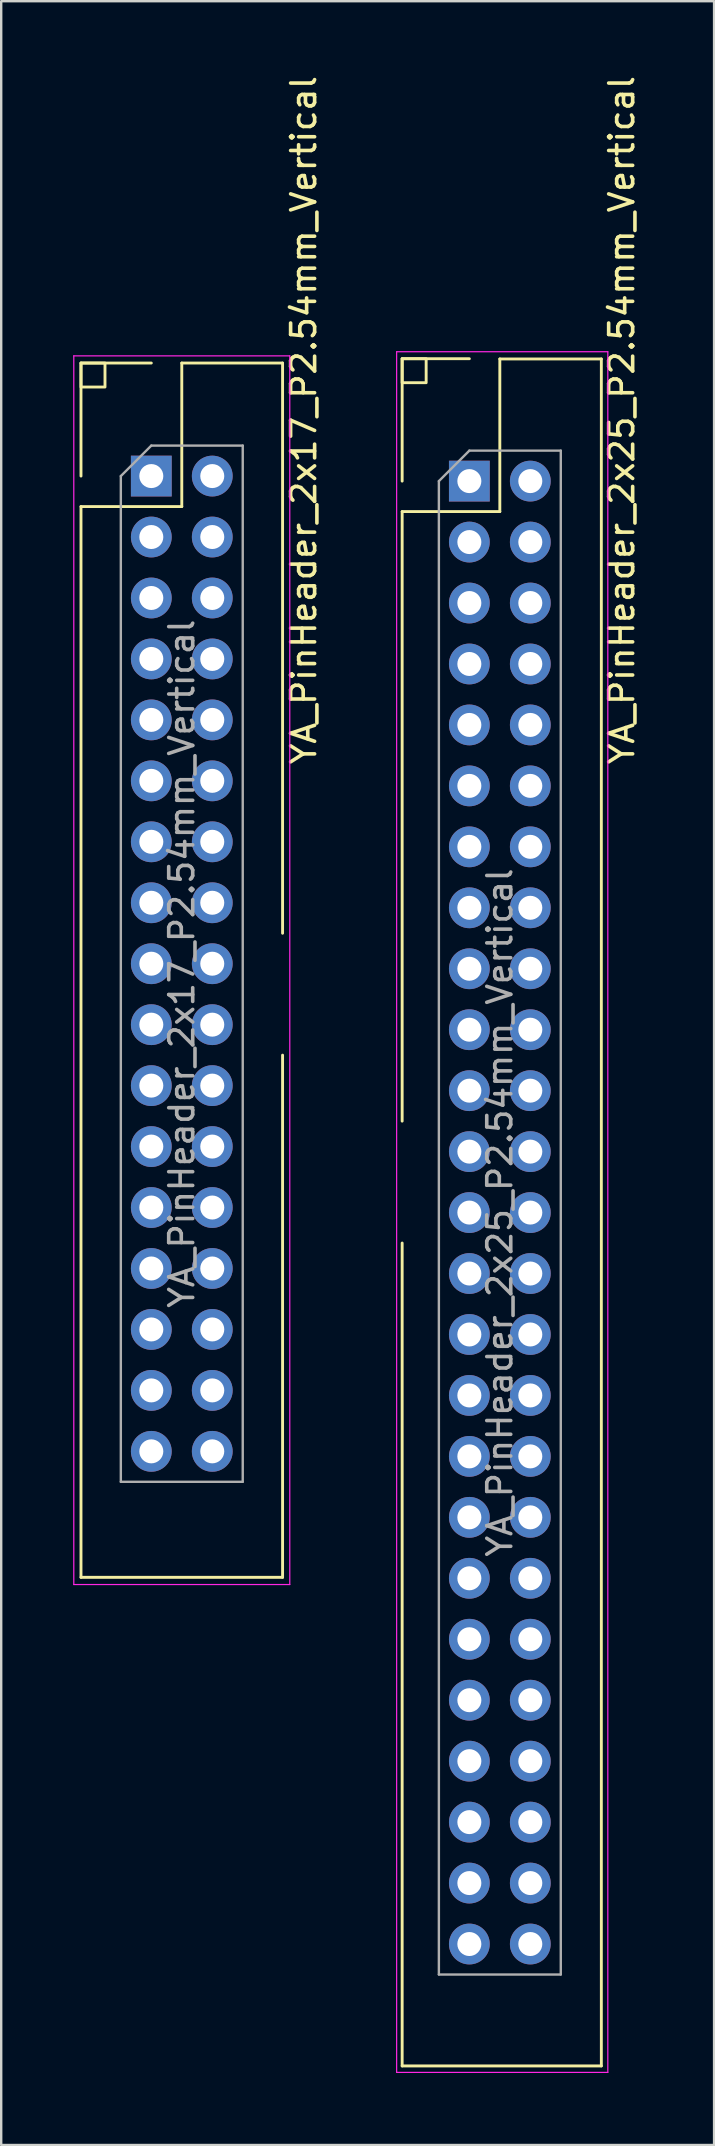
<source format=kicad_pcb>
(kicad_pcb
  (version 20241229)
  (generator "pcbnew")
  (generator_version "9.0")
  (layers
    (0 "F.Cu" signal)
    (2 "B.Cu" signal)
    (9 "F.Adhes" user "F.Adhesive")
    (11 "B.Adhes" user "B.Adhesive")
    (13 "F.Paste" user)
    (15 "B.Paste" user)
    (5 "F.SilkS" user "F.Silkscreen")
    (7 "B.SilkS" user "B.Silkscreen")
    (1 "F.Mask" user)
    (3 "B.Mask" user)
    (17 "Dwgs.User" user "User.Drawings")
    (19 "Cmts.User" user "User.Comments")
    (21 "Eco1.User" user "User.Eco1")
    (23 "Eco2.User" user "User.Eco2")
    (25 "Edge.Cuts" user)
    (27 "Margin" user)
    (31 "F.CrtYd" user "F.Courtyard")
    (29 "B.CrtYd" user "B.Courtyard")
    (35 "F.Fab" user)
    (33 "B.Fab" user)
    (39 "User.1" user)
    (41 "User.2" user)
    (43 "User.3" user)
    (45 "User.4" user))
  (footprint "YA_PinHeader_2x25_P2.54mm_Vertical"
    (layer "F.Cu")
    (at 16.508 16.998)
    (property "Reference" "YA_PinHeader_2x25_P2.54mm_Vertical" (at 6.35 -2.54 90) (layer "F.SilkS") (effects (font (size 1 1) (thickness 0.15))))
    (attr through_hole)
    (fp_line (start -2.8 -5.1) (end 0 -5.1) (stroke (width 0.12) (type solid)) (layer "F.SilkS"))
    (fp_line (start -2.8 0) (end -2.8 -5.1) (stroke (width 0.12) (type solid)) (layer "F.SilkS"))
    (fp_line (start -2.8 1.27) (end -2.8 26.67) (stroke (width 0.12) (type solid)) (layer "F.SilkS"))
    (fp_line (start -2.8 1.27) (end 1.27 1.27) (stroke (width 0.12) (type solid)) (layer "F.SilkS"))
    (fp_line (start -2.8 31.75) (end -2.8 66.04) (stroke (width 0.12) (type solid)) (layer "F.SilkS"))
    (fp_line (start -2.8 66.04) (end 5.5 66.04) (stroke (width 0.12) (type solid)) (layer "F.SilkS"))
    (fp_line (start 1.27 -5.09) (end 5.5 -5.09) (stroke (width 0.12) (type solid)) (layer "F.SilkS"))
    (fp_line (start 1.27 1.27) (end 1.27 -5.09) (stroke (width 0.12) (type solid)) (layer "F.SilkS"))
    (fp_line (start 5.5 -5.09) (end 5.5 66.04) (stroke (width 0.12) (type solid)) (layer "F.SilkS"))
    (fp_rect (start -2.8 -5.1) (end -1.8 -4.1) (stroke (width 0.12) (type solid)) (fill no) (layer "F.SilkS"))
    (fp_line (start -3.03 -5.39) (end -3.03 66.31) (stroke (width 0.05) (type solid)) (layer "F.CrtYd"))
    (fp_line (start -3.03 66.31) (end 5.77 66.31) (stroke (width 0.05) (type solid)) (layer "F.CrtYd"))
    (fp_line (start 5.77 -5.39) (end -3.03 -5.39) (stroke (width 0.05) (type solid)) (layer "F.CrtYd"))
    (fp_line (start 5.77 66.31) (end 5.77 -5.39) (stroke (width 0.05) (type solid)) (layer "F.CrtYd"))
    (fp_line (start -1.27 0) (end 0 -1.27) (stroke (width 0.1) (type solid)) (layer "F.Fab"))
    (fp_line (start -1.27 62.23) (end -1.27 0) (stroke (width 0.1) (type solid)) (layer "F.Fab"))
    (fp_line (start 0 -1.27) (end 3.81 -1.27) (stroke (width 0.1) (type solid)) (layer "F.Fab"))
    (fp_line (start 3.81 -1.27) (end 3.81 62.23) (stroke (width 0.1) (type solid)) (layer "F.Fab"))
    (fp_line (start 3.81 62.23) (end -1.27 62.23) (stroke (width 0.1) (type solid)) (layer "F.Fab"))
    (fp_text user "${REFERENCE}" (at 1.27 30.48 90) (layer "F.Fab") (effects (font (size 1 1) (thickness 0.15))))
    (pad "1" thru_hole rect (at 0 0) (size 1.7 1.7) (drill 1) (layers "*.Cu" "*.Mask"))
    (pad "2" thru_hole oval (at 0 2.54) (size 1.7 1.7) (drill 1) (layers "*.Cu" "*.Mask"))
    (pad "3" thru_hole oval (at 0 5.08) (size 1.7 1.7) (drill 1) (layers "*.Cu" "*.Mask"))
    (pad "4" thru_hole oval (at 0 7.62) (size 1.7 1.7) (drill 1) (layers "*.Cu" "*.Mask"))
    (pad "5" thru_hole oval (at 0 10.16) (size 1.7 1.7) (drill 1) (layers "*.Cu" "*.Mask"))
    (pad "6" thru_hole oval (at 0 12.7) (size 1.7 1.7) (drill 1) (layers "*.Cu" "*.Mask"))
    (pad "7" thru_hole oval (at 0 15.24) (size 1.7 1.7) (drill 1) (layers "*.Cu" "*.Mask"))
    (pad "8" thru_hole oval (at 0 17.78) (size 1.7 1.7) (drill 1) (layers "*.Cu" "*.Mask"))
    (pad "9" thru_hole oval (at 0 20.32) (size 1.7 1.7) (drill 1) (layers "*.Cu" "*.Mask"))
    (pad "10" thru_hole oval (at 0 22.86) (size 1.7 1.7) (drill 1) (layers "*.Cu" "*.Mask"))
    (pad "11" thru_hole oval (at 0 25.4) (size 1.7 1.7) (drill 1) (layers "*.Cu" "*.Mask"))
    (pad "12" thru_hole oval (at 0 27.94) (size 1.7 1.7) (drill 1) (layers "*.Cu" "*.Mask"))
    (pad "13" thru_hole oval (at 0 30.48) (size 1.7 1.7) (drill 1) (layers "*.Cu" "*.Mask"))
    (pad "14" thru_hole oval (at 0 33.02) (size 1.7 1.7) (drill 1) (layers "*.Cu" "*.Mask"))
    (pad "15" thru_hole oval (at 0 35.56) (size 1.7 1.7) (drill 1) (layers "*.Cu" "*.Mask"))
    (pad "16" thru_hole oval (at 0 38.1) (size 1.7 1.7) (drill 1) (layers "*.Cu" "*.Mask"))
    (pad "17" thru_hole oval (at 0 40.64) (size 1.7 1.7) (drill 1) (layers "*.Cu" "*.Mask"))
    (pad "18" thru_hole oval (at 0 43.18) (size 1.7 1.7) (drill 1) (layers "*.Cu" "*.Mask"))
    (pad "19" thru_hole oval (at 0 45.72) (size 1.7 1.7) (drill 1) (layers "*.Cu" "*.Mask"))
    (pad "20" thru_hole oval (at 0 48.26) (size 1.7 1.7) (drill 1) (layers "*.Cu" "*.Mask"))
    (pad "21" thru_hole oval (at 0 50.8) (size 1.7 1.7) (drill 1) (layers "*.Cu" "*.Mask"))
    (pad "22" thru_hole oval (at 0 53.34) (size 1.7 1.7) (drill 1) (layers "*.Cu" "*.Mask"))
    (pad "23" thru_hole oval (at 0 55.88) (size 1.7 1.7) (drill 1) (layers "*.Cu" "*.Mask"))
    (pad "24" thru_hole oval (at 0 58.42) (size 1.7 1.7) (drill 1) (layers "*.Cu" "*.Mask"))
    (pad "25" thru_hole oval (at 0 60.96) (size 1.7 1.7) (drill 1) (layers "*.Cu" "*.Mask"))
    (pad "26" thru_hole oval (at 2.54 0 180) (size 1.7 1.7) (drill 1) (layers "*.Cu" "*.Mask"))
    (pad "27" thru_hole oval (at 2.54 2.54 180) (size 1.7 1.7) (drill 1) (layers "*.Cu" "*.Mask"))
    (pad "28" thru_hole oval (at 2.54 5.08 180) (size 1.7 1.7) (drill 1) (layers "*.Cu" "*.Mask"))
    (pad "29" thru_hole oval (at 2.54 7.62 180) (size 1.7 1.7) (drill 1) (layers "*.Cu" "*.Mask"))
    (pad "30" thru_hole oval (at 2.54 10.16 180) (size 1.7 1.7) (drill 1) (layers "*.Cu" "*.Mask"))
    (pad "31" thru_hole oval (at 2.54 12.7 180) (size 1.7 1.7) (drill 1) (layers "*.Cu" "*.Mask"))
    (pad "32" thru_hole oval (at 2.54 15.24 180) (size 1.7 1.7) (drill 1) (layers "*.Cu" "*.Mask"))
    (pad "33" thru_hole oval (at 2.54 17.78 180) (size 1.7 1.7) (drill 1) (layers "*.Cu" "*.Mask"))
    (pad "34" thru_hole oval (at 2.54 20.32 180) (size 1.7 1.7) (drill 1) (layers "*.Cu" "*.Mask"))
    (pad "35" thru_hole oval (at 2.54 22.86 180) (size 1.7 1.7) (drill 1) (layers "*.Cu" "*.Mask"))
    (pad "36" thru_hole oval (at 2.54 25.4 180) (size 1.7 1.7) (drill 1) (layers "*.Cu" "*.Mask"))
    (pad "37" thru_hole oval (at 2.54 27.94 180) (size 1.7 1.7) (drill 1) (layers "*.Cu" "*.Mask"))
    (pad "38" thru_hole oval (at 2.54 30.48 180) (size 1.7 1.7) (drill 1) (layers "*.Cu" "*.Mask"))
    (pad "39" thru_hole oval (at 2.54 33.02 180) (size 1.7 1.7) (drill 1) (layers "*.Cu" "*.Mask"))
    (pad "40" thru_hole oval (at 2.54 35.56 180) (size 1.7 1.7) (drill 1) (layers "*.Cu" "*.Mask"))
    (pad "41" thru_hole oval (at 2.54 38.1 180) (size 1.7 1.7) (drill 1) (layers "*.Cu" "*.Mask"))
    (pad "42" thru_hole oval (at 2.54 40.64 180) (size 1.7 1.7) (drill 1) (layers "*.Cu" "*.Mask"))
    (pad "43" thru_hole oval (at 2.54 43.18 180) (size 1.7 1.7) (drill 1) (layers "*.Cu" "*.Mask"))
    (pad "44" thru_hole oval (at 2.54 45.72 180) (size 1.7 1.7) (drill 1) (layers "*.Cu" "*.Mask"))
    (pad "45" thru_hole oval (at 2.54 48.26 180) (size 1.7 1.7) (drill 1) (layers "*.Cu" "*.Mask"))
    (pad "46" thru_hole oval (at 2.54 50.8 180) (size 1.7 1.7) (drill 1) (layers "*.Cu" "*.Mask"))
    (pad "47" thru_hole oval (at 2.54 53.34 180) (size 1.7 1.7) (drill 1) (layers "*.Cu" "*.Mask"))
    (pad "48" thru_hole oval (at 2.54 55.88 180) (size 1.7 1.7) (drill 1) (layers "*.Cu" "*.Mask"))
    (pad "49" thru_hole oval (at 2.54 58.42 180) (size 1.7 1.7) (drill 1) (layers "*.Cu" "*.Mask"))
    (pad "50" thru_hole oval (at 2.54 60.96 180) (size 1.7 1.7) (drill 1) (layers "*.Cu" "*.Mask")))
  (footprint "YA_PinHeader_2x17_P2.54mm_Vertical"
    (layer "F.Cu")
    (at 3.255 16.788)
    (property "Reference" "YA_PinHeader_2x17_P2.54mm_Vertical" (at 6.35 -2.33 90) (layer "F.SilkS") (effects (font (size 1 1) (thickness 0.15))))
    (attr through_hole)
    (fp_line (start -2.93 -4.71) (end 0 -4.71) (stroke (width 0.12) (type solid)) (layer "F.SilkS"))
    (fp_line (start -2.93 0) (end -2.93 -4.71) (stroke (width 0.12) (type solid)) (layer "F.SilkS"))
    (fp_line (start -2.93 1.27) (end -2.93 45.89) (stroke (width 0.12) (type solid)) (layer "F.SilkS"))
    (fp_line (start -2.93 1.27) (end 1.27 1.27) (stroke (width 0.12) (type solid)) (layer "F.SilkS"))
    (fp_line (start -2.93 45.89) (end 5.47 45.89) (stroke (width 0.12) (type solid)) (layer "F.SilkS"))
    (fp_line (start 1.27 -4.71) (end 5.47 -4.71) (stroke (width 0.12) (type solid)) (layer "F.SilkS"))
    (fp_line (start 1.27 1.27) (end 1.27 -4.71) (stroke (width 0.12) (type solid)) (layer "F.SilkS"))
    (fp_line (start 5.47 -4.71) (end 5.47 19.05) (stroke (width 0.12) (type solid)) (layer "F.SilkS"))
    (fp_line (start 5.47 24.13) (end 5.47 45.89) (stroke (width 0.12) (type solid)) (layer "F.SilkS"))
    (fp_rect (start -2.93 -4.71) (end -1.93 -3.71) (stroke (width 0.12) (type solid)) (fill no) (layer "F.SilkS"))
    (fp_line (start -3.23 -5.01) (end -3.23 46.19) (stroke (width 0.05) (type solid)) (layer "F.CrtYd"))
    (fp_line (start -3.23 46.19) (end 5.77 46.19) (stroke (width 0.05) (type solid)) (layer "F.CrtYd"))
    (fp_line (start 5.77 -5.01) (end -3.23 -5.01) (stroke (width 0.05) (type solid)) (layer "F.CrtYd"))
    (fp_line (start 5.77 46.19) (end 5.77 -5.01) (stroke (width 0.05) (type solid)) (layer "F.CrtYd"))
    (fp_line (start -1.27 0) (end 0 -1.27) (stroke (width 0.1) (type solid)) (layer "F.Fab"))
    (fp_line (start -1.27 41.91) (end -1.27 0) (stroke (width 0.1) (type solid)) (layer "F.Fab"))
    (fp_line (start 0 -1.27) (end 3.81 -1.27) (stroke (width 0.1) (type solid)) (layer "F.Fab"))
    (fp_line (start 3.81 -1.27) (end 3.81 41.91) (stroke (width 0.1) (type solid)) (layer "F.Fab"))
    (fp_line (start 3.81 41.91) (end -1.27 41.91) (stroke (width 0.1) (type solid)) (layer "F.Fab"))
    (fp_text user "${REFERENCE}" (at 1.27 20.32 90) (layer "F.Fab") (effects (font (size 1 1) (thickness 0.15))))
    (pad "1" thru_hole rect (at 0 0) (size 1.7 1.7) (drill 1) (layers "*.Cu" "*.Mask"))
    (pad "2" thru_hole oval (at 2.54 0) (size 1.7 1.7) (drill 1) (layers "*.Cu" "*.Mask"))
    (pad "3" thru_hole oval (at 0 2.54) (size 1.7 1.7) (drill 1) (layers "*.Cu" "*.Mask"))
    (pad "4" thru_hole oval (at 2.54 2.54) (size 1.7 1.7) (drill 1) (layers "*.Cu" "*.Mask"))
    (pad "5" thru_hole oval (at 0 5.08) (size 1.7 1.7) (drill 1) (layers "*.Cu" "*.Mask"))
    (pad "6" thru_hole oval (at 2.54 5.08) (size 1.7 1.7) (drill 1) (layers "*.Cu" "*.Mask"))
    (pad "7" thru_hole oval (at 0 7.62) (size 1.7 1.7) (drill 1) (layers "*.Cu" "*.Mask"))
    (pad "8" thru_hole oval (at 2.54 7.62) (size 1.7 1.7) (drill 1) (layers "*.Cu" "*.Mask"))
    (pad "9" thru_hole oval (at 0 10.16) (size 1.7 1.7) (drill 1) (layers "*.Cu" "*.Mask"))
    (pad "10" thru_hole oval (at 2.54 10.16) (size 1.7 1.7) (drill 1) (layers "*.Cu" "*.Mask"))
    (pad "11" thru_hole oval (at 0 12.7) (size 1.7 1.7) (drill 1) (layers "*.Cu" "*.Mask"))
    (pad "12" thru_hole oval (at 2.54 12.7) (size 1.7 1.7) (drill 1) (layers "*.Cu" "*.Mask"))
    (pad "13" thru_hole oval (at 0 15.24) (size 1.7 1.7) (drill 1) (layers "*.Cu" "*.Mask"))
    (pad "14" thru_hole oval (at 2.54 15.24) (size 1.7 1.7) (drill 1) (layers "*.Cu" "*.Mask"))
    (pad "15" thru_hole oval (at 0 17.78) (size 1.7 1.7) (drill 1) (layers "*.Cu" "*.Mask"))
    (pad "16" thru_hole oval (at 2.54 17.78) (size 1.7 1.7) (drill 1) (layers "*.Cu" "*.Mask"))
    (pad "17" thru_hole oval (at 0 20.32) (size 1.7 1.7) (drill 1) (layers "*.Cu" "*.Mask"))
    (pad "18" thru_hole oval (at 2.54 20.32) (size 1.7 1.7) (drill 1) (layers "*.Cu" "*.Mask"))
    (pad "19" thru_hole oval (at 0 22.86) (size 1.7 1.7) (drill 1) (layers "*.Cu" "*.Mask"))
    (pad "20" thru_hole oval (at 2.54 22.86) (size 1.7 1.7) (drill 1) (layers "*.Cu" "*.Mask"))
    (pad "21" thru_hole oval (at 0 25.4) (size 1.7 1.7) (drill 1) (layers "*.Cu" "*.Mask"))
    (pad "22" thru_hole oval (at 2.54 25.4) (size 1.7 1.7) (drill 1) (layers "*.Cu" "*.Mask"))
    (pad "23" thru_hole oval (at 0 27.94) (size 1.7 1.7) (drill 1) (layers "*.Cu" "*.Mask"))
    (pad "24" thru_hole oval (at 2.54 27.94) (size 1.7 1.7) (drill 1) (layers "*.Cu" "*.Mask"))
    (pad "25" thru_hole oval (at 0 30.48) (size 1.7 1.7) (drill 1) (layers "*.Cu" "*.Mask"))
    (pad "26" thru_hole oval (at 2.54 30.48) (size 1.7 1.7) (drill 1) (layers "*.Cu" "*.Mask"))
    (pad "27" thru_hole oval (at 0 33.02) (size 1.7 1.7) (drill 1) (layers "*.Cu" "*.Mask"))
    (pad "28" thru_hole oval (at 2.54 33.02) (size 1.7 1.7) (drill 1) (layers "*.Cu" "*.Mask"))
    (pad "29" thru_hole oval (at 0 35.56) (size 1.7 1.7) (drill 1) (layers "*.Cu" "*.Mask"))
    (pad "30" thru_hole oval (at 2.54 35.56) (size 1.7 1.7) (drill 1) (layers "*.Cu" "*.Mask"))
    (pad "31" thru_hole oval (at 0 38.1) (size 1.7 1.7) (drill 1) (layers "*.Cu" "*.Mask"))
    (pad "32" thru_hole oval (at 2.54 38.1) (size 1.7 1.7) (drill 1) (layers "*.Cu" "*.Mask"))
    (pad "33" thru_hole oval (at 0 40.64) (size 1.7 1.7) (drill 1) (layers "*.Cu" "*.Mask"))
    (pad "34" thru_hole oval (at 2.54 40.64) (size 1.7 1.7) (drill 1) (layers "*.Cu" "*.Mask")))
  (gr_rect
    (start -3 -3)
    (end 26.706 86.333)
    (stroke (width 0.1) (type default))
    (fill no)
    (layer "Edge.Cuts")))
</source>
